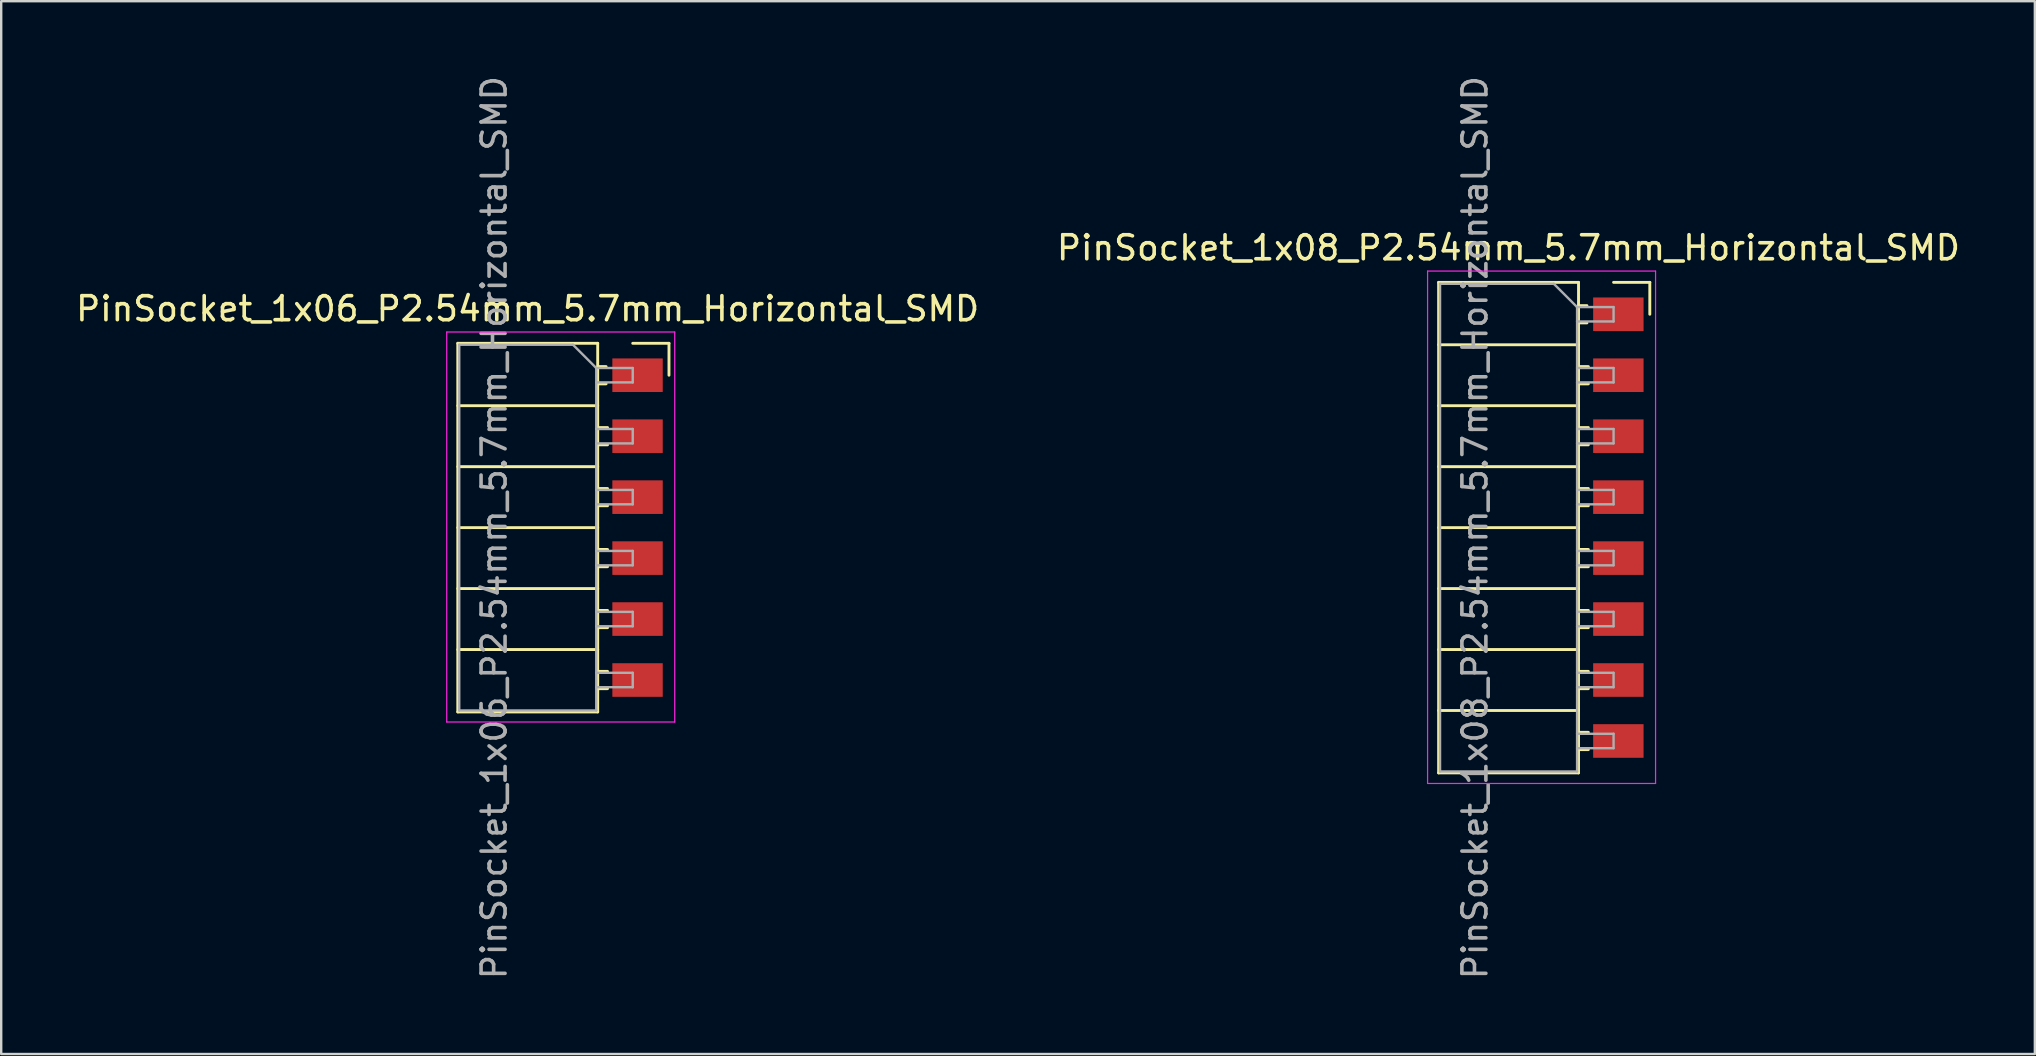
<source format=kicad_pcb>
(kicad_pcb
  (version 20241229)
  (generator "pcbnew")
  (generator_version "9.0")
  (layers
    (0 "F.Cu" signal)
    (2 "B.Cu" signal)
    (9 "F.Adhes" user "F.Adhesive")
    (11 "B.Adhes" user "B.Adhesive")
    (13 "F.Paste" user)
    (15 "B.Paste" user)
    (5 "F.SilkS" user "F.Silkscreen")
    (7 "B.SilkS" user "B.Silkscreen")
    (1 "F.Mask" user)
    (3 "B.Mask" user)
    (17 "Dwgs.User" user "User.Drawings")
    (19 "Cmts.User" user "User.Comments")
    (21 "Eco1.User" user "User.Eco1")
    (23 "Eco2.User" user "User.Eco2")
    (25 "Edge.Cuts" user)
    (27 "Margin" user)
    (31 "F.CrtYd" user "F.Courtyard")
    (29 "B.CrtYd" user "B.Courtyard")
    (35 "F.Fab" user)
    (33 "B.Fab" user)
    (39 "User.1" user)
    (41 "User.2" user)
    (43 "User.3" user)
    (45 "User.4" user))
  (footprint "PinSocket_1x06_P2.54mm_5.7mm_Horizontal_SMD"
    (layer "F.Cu")
    (at 23.315 12.585)
    (property "Reference" "PinSocket_1x06_P2.54mm_5.7mm_Horizontal_SMD" (at -4.38 -2.77 0) (layer "F.SilkS") (effects (font (size 1 1) (thickness 0.15))))
    (attr through_hole)
    (fp_line (start -7.29 -1.33) (end -7.29 14.03) (stroke (width 0.12) (type solid)) (layer "F.SilkS"))
    (fp_line (start -7.29 -1.33) (end -1.46 -1.33) (stroke (width 0.12) (type solid)) (layer "F.SilkS"))
    (fp_line (start -7.29 1.27) (end -1.46 1.27) (stroke (width 0.12) (type solid)) (layer "F.SilkS"))
    (fp_line (start -7.29 3.81) (end -1.46 3.81) (stroke (width 0.12) (type solid)) (layer "F.SilkS"))
    (fp_line (start -7.29 6.35) (end -1.46 6.35) (stroke (width 0.12) (type solid)) (layer "F.SilkS"))
    (fp_line (start -7.29 8.89) (end -1.46 8.89) (stroke (width 0.12) (type solid)) (layer "F.SilkS"))
    (fp_line (start -7.29 11.43) (end -1.46 11.43) (stroke (width 0.12) (type solid)) (layer "F.SilkS"))
    (fp_line (start -7.29 14.03) (end -1.46 14.03) (stroke (width 0.12) (type solid)) (layer "F.SilkS"))
    (fp_line (start -1.46 -1.33) (end -1.46 14.03) (stroke (width 0.12) (type solid)) (layer "F.SilkS"))
    (fp_line (start -1.46 -0.36) (end -1.11 -0.36) (stroke (width 0.12) (type solid)) (layer "F.SilkS"))
    (fp_line (start -1.46 0.36) (end -1.11 0.36) (stroke (width 0.12) (type solid)) (layer "F.SilkS"))
    (fp_line (start -1.46 2.18) (end -1.05 2.18) (stroke (width 0.12) (type solid)) (layer "F.SilkS"))
    (fp_line (start -1.46 2.9) (end -1.05 2.9) (stroke (width 0.12) (type solid)) (layer "F.SilkS"))
    (fp_line (start -1.46 4.72) (end -1.05 4.72) (stroke (width 0.12) (type solid)) (layer "F.SilkS"))
    (fp_line (start -1.46 5.44) (end -1.05 5.44) (stroke (width 0.12) (type solid)) (layer "F.SilkS"))
    (fp_line (start -1.46 7.26) (end -1.05 7.26) (stroke (width 0.12) (type solid)) (layer "F.SilkS"))
    (fp_line (start -1.46 7.98) (end -1.05 7.98) (stroke (width 0.12) (type solid)) (layer "F.SilkS"))
    (fp_line (start -1.46 9.8) (end -1.05 9.8) (stroke (width 0.12) (type solid)) (layer "F.SilkS"))
    (fp_line (start -1.46 10.52) (end -1.05 10.52) (stroke (width 0.12) (type solid)) (layer "F.SilkS"))
    (fp_line (start -1.46 12.34) (end -1.05 12.34) (stroke (width 0.12) (type solid)) (layer "F.SilkS"))
    (fp_line (start -1.46 13.06) (end -1.05 13.06) (stroke (width 0.12) (type solid)) (layer "F.SilkS"))
    (fp_line (start 0 -1.33) (end 1.51 -1.33) (stroke (width 0.12) (type solid)) (layer "F.SilkS"))
    (fp_line (start 1.51 -1.33) (end 1.51 0) (stroke (width 0.12) (type solid)) (layer "F.SilkS"))
    (fp_line (start -7.75 -1.8) (end -7.75 14.45) (stroke (width 0.05) (type solid)) (layer "F.CrtYd"))
    (fp_line (start -7.75 14.45) (end 1.75 14.45) (stroke (width 0.05) (type solid)) (layer "F.CrtYd"))
    (fp_line (start 1.75 -1.8) (end -7.75 -1.8) (stroke (width 0.05) (type solid)) (layer "F.CrtYd"))
    (fp_line (start 1.75 14.45) (end 1.75 -1.8) (stroke (width 0.05) (type solid)) (layer "F.CrtYd"))
    (fp_line (start -7.23 -1.27) (end -2.49 -1.27) (stroke (width 0.1) (type solid)) (layer "F.Fab"))
    (fp_line (start -7.23 13.97) (end -7.23 -1.27) (stroke (width 0.1) (type solid)) (layer "F.Fab"))
    (fp_line (start -2.49 -1.27) (end -1.52 -0.3) (stroke (width 0.1) (type solid)) (layer "F.Fab"))
    (fp_line (start -1.52 -0.3) (end -1.52 13.97) (stroke (width 0.1) (type solid)) (layer "F.Fab"))
    (fp_line (start -1.52 0.3) (end 0 0.3) (stroke (width 0.1) (type solid)) (layer "F.Fab"))
    (fp_line (start -1.52 2.84) (end 0 2.84) (stroke (width 0.1) (type solid)) (layer "F.Fab"))
    (fp_line (start -1.52 5.38) (end 0 5.38) (stroke (width 0.1) (type solid)) (layer "F.Fab"))
    (fp_line (start -1.52 7.92) (end 0 7.92) (stroke (width 0.1) (type solid)) (layer "F.Fab"))
    (fp_line (start -1.52 10.46) (end 0 10.46) (stroke (width 0.1) (type solid)) (layer "F.Fab"))
    (fp_line (start -1.52 13) (end 0 13) (stroke (width 0.1) (type solid)) (layer "F.Fab"))
    (fp_line (start -1.52 13.97) (end -7.23 13.97) (stroke (width 0.1) (type solid)) (layer "F.Fab"))
    (fp_line (start 0 -0.3) (end -1.52 -0.3) (stroke (width 0.1) (type solid)) (layer "F.Fab"))
    (fp_line (start 0 0.3) (end 0 -0.3) (stroke (width 0.1) (type solid)) (layer "F.Fab"))
    (fp_line (start 0 2.24) (end -1.52 2.24) (stroke (width 0.1) (type solid)) (layer "F.Fab"))
    (fp_line (start 0 2.84) (end 0 2.24) (stroke (width 0.1) (type solid)) (layer "F.Fab"))
    (fp_line (start 0 4.78) (end -1.52 4.78) (stroke (width 0.1) (type solid)) (layer "F.Fab"))
    (fp_line (start 0 5.38) (end 0 4.78) (stroke (width 0.1) (type solid)) (layer "F.Fab"))
    (fp_line (start 0 7.32) (end -1.52 7.32) (stroke (width 0.1) (type solid)) (layer "F.Fab"))
    (fp_line (start 0 7.92) (end 0 7.32) (stroke (width 0.1) (type solid)) (layer "F.Fab"))
    (fp_line (start 0 9.86) (end -1.52 9.86) (stroke (width 0.1) (type solid)) (layer "F.Fab"))
    (fp_line (start 0 10.46) (end 0 9.86) (stroke (width 0.1) (type solid)) (layer "F.Fab"))
    (fp_line (start 0 12.4) (end -1.52 12.4) (stroke (width 0.1) (type solid)) (layer "F.Fab"))
    (fp_line (start 0 13) (end 0 12.4) (stroke (width 0.1) (type solid)) (layer "F.Fab"))
    (fp_text user "${REFERENCE}" (at -5.775 6.35 90) (layer "F.Fab") (effects (font (size 1 1) (thickness 0.15))))
    (pad "1" smd rect (at 0.2 0) (size 2.1 1.4) (layers "F.Cu" "F.Mask" "F.Paste"))
    (pad "2" smd rect (at 0.2 2.54) (size 2.1 1.4) (layers "F.Cu" "F.Mask" "F.Paste"))
    (pad "3" smd rect (at 0.2 5.08) (size 2.1 1.4) (layers "F.Cu" "F.Mask" "F.Paste"))
    (pad "4" smd rect (at 0.2 7.62) (size 2.1 1.4) (layers "F.Cu" "F.Mask" "F.Paste"))
    (pad "5" smd rect (at 0.2 10.16) (size 2.1 1.4) (layers "F.Cu" "F.Mask" "F.Paste"))
    (pad "6" smd rect (at 0.2 12.7) (size 2.1 1.4) (layers "F.Cu" "F.Mask" "F.Paste")))
  (footprint "PinSocket_1x08_P2.54mm_5.7mm_Horizontal_SMD"
    (layer "F.Cu")
    (at 64.184 10.045)
    (property "Reference" "PinSocket_1x08_P2.54mm_5.7mm_Horizontal_SMD" (at -4.38 -2.77 0) (layer "F.SilkS") (effects (font (size 1 1) (thickness 0.15))))
    (attr through_hole)
    (fp_line (start -7.29 -1.33) (end -7.29 19.11) (stroke (width 0.12) (type solid)) (layer "F.SilkS"))
    (fp_line (start -7.29 -1.33) (end -1.46 -1.33) (stroke (width 0.12) (type solid)) (layer "F.SilkS"))
    (fp_line (start -7.29 1.27) (end -1.46 1.27) (stroke (width 0.12) (type solid)) (layer "F.SilkS"))
    (fp_line (start -7.29 3.81) (end -1.46 3.81) (stroke (width 0.12) (type solid)) (layer "F.SilkS"))
    (fp_line (start -7.29 6.35) (end -1.46 6.35) (stroke (width 0.12) (type solid)) (layer "F.SilkS"))
    (fp_line (start -7.29 8.89) (end -1.46 8.89) (stroke (width 0.12) (type solid)) (layer "F.SilkS"))
    (fp_line (start -7.29 11.43) (end -1.46 11.43) (stroke (width 0.12) (type solid)) (layer "F.SilkS"))
    (fp_line (start -7.29 13.97) (end -1.46 13.97) (stroke (width 0.12) (type solid)) (layer "F.SilkS"))
    (fp_line (start -7.29 16.51) (end -1.46 16.51) (stroke (width 0.12) (type solid)) (layer "F.SilkS"))
    (fp_line (start -7.29 19.11) (end -1.46 19.11) (stroke (width 0.12) (type solid)) (layer "F.SilkS"))
    (fp_line (start -1.46 -1.33) (end -1.46 19.11) (stroke (width 0.12) (type solid)) (layer "F.SilkS"))
    (fp_line (start -1.46 -0.36) (end -1.11 -0.36) (stroke (width 0.12) (type solid)) (layer "F.SilkS"))
    (fp_line (start -1.46 0.36) (end -1.11 0.36) (stroke (width 0.12) (type solid)) (layer "F.SilkS"))
    (fp_line (start -1.46 2.18) (end -1.05 2.18) (stroke (width 0.12) (type solid)) (layer "F.SilkS"))
    (fp_line (start -1.46 2.9) (end -1.05 2.9) (stroke (width 0.12) (type solid)) (layer "F.SilkS"))
    (fp_line (start -1.46 4.72) (end -1.05 4.72) (stroke (width 0.12) (type solid)) (layer "F.SilkS"))
    (fp_line (start -1.46 5.44) (end -1.05 5.44) (stroke (width 0.12) (type solid)) (layer "F.SilkS"))
    (fp_line (start -1.46 7.26) (end -1.05 7.26) (stroke (width 0.12) (type solid)) (layer "F.SilkS"))
    (fp_line (start -1.46 7.98) (end -1.05 7.98) (stroke (width 0.12) (type solid)) (layer "F.SilkS"))
    (fp_line (start -1.46 9.8) (end -1.05 9.8) (stroke (width 0.12) (type solid)) (layer "F.SilkS"))
    (fp_line (start -1.46 10.52) (end -1.05 10.52) (stroke (width 0.12) (type solid)) (layer "F.SilkS"))
    (fp_line (start -1.46 12.34) (end -1.05 12.34) (stroke (width 0.12) (type solid)) (layer "F.SilkS"))
    (fp_line (start -1.46 13.06) (end -1.05 13.06) (stroke (width 0.12) (type solid)) (layer "F.SilkS"))
    (fp_line (start -1.46 14.88) (end -1.05 14.88) (stroke (width 0.12) (type solid)) (layer "F.SilkS"))
    (fp_line (start -1.46 15.6) (end -1.05 15.6) (stroke (width 0.12) (type solid)) (layer "F.SilkS"))
    (fp_line (start -1.46 17.42) (end -1.05 17.42) (stroke (width 0.12) (type solid)) (layer "F.SilkS"))
    (fp_line (start -1.46 18.14) (end -1.05 18.14) (stroke (width 0.12) (type solid)) (layer "F.SilkS"))
    (fp_line (start 0 -1.33) (end 1.51 -1.33) (stroke (width 0.12) (type solid)) (layer "F.SilkS"))
    (fp_line (start 1.51 -1.33) (end 1.51 0) (stroke (width 0.12) (type solid)) (layer "F.SilkS"))
    (fp_line (start -7.75 -1.8) (end -7.75 19.55) (stroke (width 0.05) (type solid)) (layer "F.CrtYd"))
    (fp_line (start -7.75 19.55) (end 1.75 19.55) (stroke (width 0.05) (type solid)) (layer "F.CrtYd"))
    (fp_line (start 1.75 -1.8) (end -7.75 -1.8) (stroke (width 0.05) (type solid)) (layer "F.CrtYd"))
    (fp_line (start 1.75 19.55) (end 1.75 -1.8) (stroke (width 0.05) (type solid)) (layer "F.CrtYd"))
    (fp_line (start -7.23 -1.27) (end -2.49 -1.27) (stroke (width 0.1) (type solid)) (layer "F.Fab"))
    (fp_line (start -7.23 19.05) (end -7.23 -1.27) (stroke (width 0.1) (type solid)) (layer "F.Fab"))
    (fp_line (start -2.49 -1.27) (end -1.52 -0.3) (stroke (width 0.1) (type solid)) (layer "F.Fab"))
    (fp_line (start -1.52 -0.3) (end -1.52 19.05) (stroke (width 0.1) (type solid)) (layer "F.Fab"))
    (fp_line (start -1.52 0.3) (end 0 0.3) (stroke (width 0.1) (type solid)) (layer "F.Fab"))
    (fp_line (start -1.52 2.84) (end 0 2.84) (stroke (width 0.1) (type solid)) (layer "F.Fab"))
    (fp_line (start -1.52 5.38) (end 0 5.38) (stroke (width 0.1) (type solid)) (layer "F.Fab"))
    (fp_line (start -1.52 7.92) (end 0 7.92) (stroke (width 0.1) (type solid)) (layer "F.Fab"))
    (fp_line (start -1.52 10.46) (end 0 10.46) (stroke (width 0.1) (type solid)) (layer "F.Fab"))
    (fp_line (start -1.52 13) (end 0 13) (stroke (width 0.1) (type solid)) (layer "F.Fab"))
    (fp_line (start -1.52 15.54) (end 0 15.54) (stroke (width 0.1) (type solid)) (layer "F.Fab"))
    (fp_line (start -1.52 18.08) (end 0 18.08) (stroke (width 0.1) (type solid)) (layer "F.Fab"))
    (fp_line (start -1.52 19.05) (end -7.23 19.05) (stroke (width 0.1) (type solid)) (layer "F.Fab"))
    (fp_line (start 0 -0.3) (end -1.52 -0.3) (stroke (width 0.1) (type solid)) (layer "F.Fab"))
    (fp_line (start 0 0.3) (end 0 -0.3) (stroke (width 0.1) (type solid)) (layer "F.Fab"))
    (fp_line (start 0 2.24) (end -1.52 2.24) (stroke (width 0.1) (type solid)) (layer "F.Fab"))
    (fp_line (start 0 2.84) (end 0 2.24) (stroke (width 0.1) (type solid)) (layer "F.Fab"))
    (fp_line (start 0 4.78) (end -1.52 4.78) (stroke (width 0.1) (type solid)) (layer "F.Fab"))
    (fp_line (start 0 5.38) (end 0 4.78) (stroke (width 0.1) (type solid)) (layer "F.Fab"))
    (fp_line (start 0 7.32) (end -1.52 7.32) (stroke (width 0.1) (type solid)) (layer "F.Fab"))
    (fp_line (start 0 7.92) (end 0 7.32) (stroke (width 0.1) (type solid)) (layer "F.Fab"))
    (fp_line (start 0 9.86) (end -1.52 9.86) (stroke (width 0.1) (type solid)) (layer "F.Fab"))
    (fp_line (start 0 10.46) (end 0 9.86) (stroke (width 0.1) (type solid)) (layer "F.Fab"))
    (fp_line (start 0 12.4) (end -1.52 12.4) (stroke (width 0.1) (type solid)) (layer "F.Fab"))
    (fp_line (start 0 13) (end 0 12.4) (stroke (width 0.1) (type solid)) (layer "F.Fab"))
    (fp_line (start 0 14.94) (end -1.52 14.94) (stroke (width 0.1) (type solid)) (layer "F.Fab"))
    (fp_line (start 0 15.54) (end 0 14.94) (stroke (width 0.1) (type solid)) (layer "F.Fab"))
    (fp_line (start 0 17.48) (end -1.52 17.48) (stroke (width 0.1) (type solid)) (layer "F.Fab"))
    (fp_line (start 0 18.08) (end 0 17.48) (stroke (width 0.1) (type solid)) (layer "F.Fab"))
    (fp_text user "${REFERENCE}" (at -5.775 8.89 90) (layer "F.Fab") (effects (font (size 1 1) (thickness 0.15))))
    (pad "1" smd rect (at 0.2 0) (size 2.1 1.4) (layers "F.Cu" "F.Mask" "F.Paste"))
    (pad "2" smd rect (at 0.2 2.54) (size 2.1 1.4) (layers "F.Cu" "F.Mask" "F.Paste"))
    (pad "3" smd rect (at 0.2 5.08) (size 2.1 1.4) (layers "F.Cu" "F.Mask" "F.Paste"))
    (pad "4" smd rect (at 0.2 7.62) (size 2.1 1.4) (layers "F.Cu" "F.Mask" "F.Paste"))
    (pad "5" smd rect (at 0.2 10.16) (size 2.1 1.4) (layers "F.Cu" "F.Mask" "F.Paste"))
    (pad "6" smd rect (at 0.2 12.7) (size 2.1 1.4) (layers "F.Cu" "F.Mask" "F.Paste"))
    (pad "7" smd rect (at 0.2 15.24) (size 2.1 1.4) (layers "F.Cu" "F.Mask" "F.Paste"))
    (pad "8" smd rect (at 0.2 17.78) (size 2.1 1.4) (layers "F.Cu" "F.Mask" "F.Paste")))
  (gr_rect
    (start -3 -3)
    (end 81.738 40.869)
    (stroke (width 0.1) (type default))
    (fill no)
    (layer "Edge.Cuts")))
</source>
